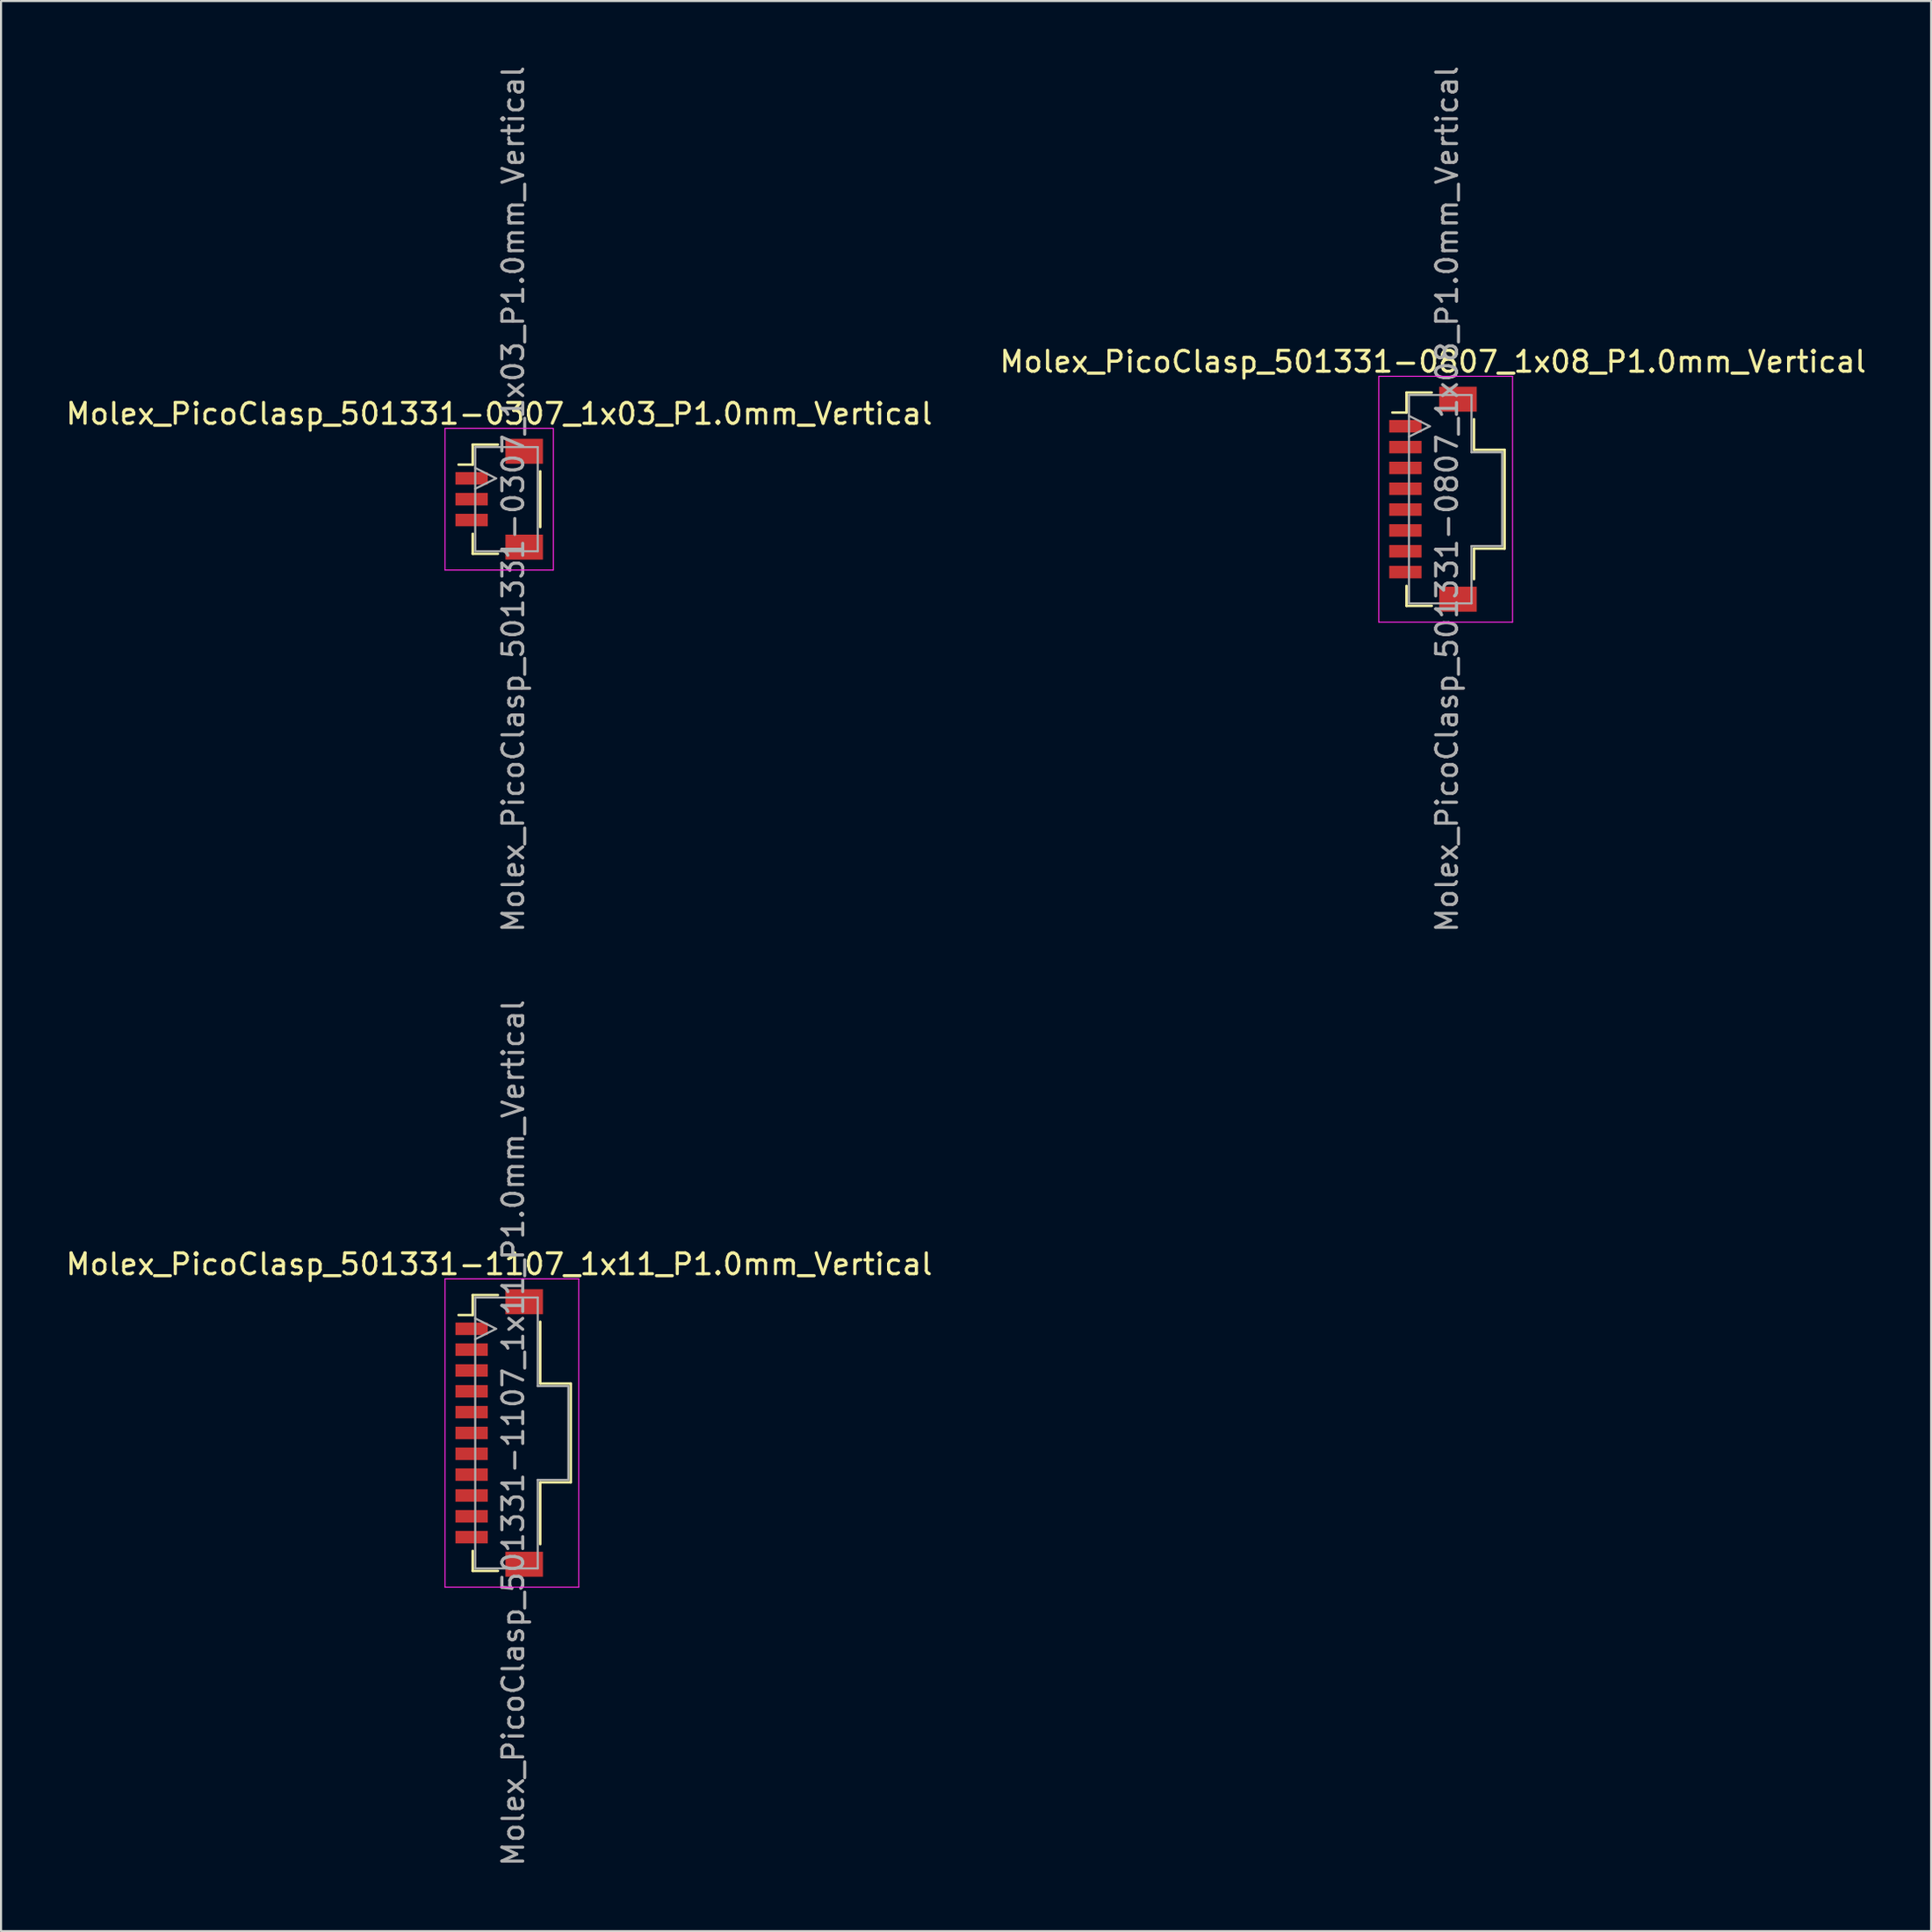
<source format=kicad_pcb>
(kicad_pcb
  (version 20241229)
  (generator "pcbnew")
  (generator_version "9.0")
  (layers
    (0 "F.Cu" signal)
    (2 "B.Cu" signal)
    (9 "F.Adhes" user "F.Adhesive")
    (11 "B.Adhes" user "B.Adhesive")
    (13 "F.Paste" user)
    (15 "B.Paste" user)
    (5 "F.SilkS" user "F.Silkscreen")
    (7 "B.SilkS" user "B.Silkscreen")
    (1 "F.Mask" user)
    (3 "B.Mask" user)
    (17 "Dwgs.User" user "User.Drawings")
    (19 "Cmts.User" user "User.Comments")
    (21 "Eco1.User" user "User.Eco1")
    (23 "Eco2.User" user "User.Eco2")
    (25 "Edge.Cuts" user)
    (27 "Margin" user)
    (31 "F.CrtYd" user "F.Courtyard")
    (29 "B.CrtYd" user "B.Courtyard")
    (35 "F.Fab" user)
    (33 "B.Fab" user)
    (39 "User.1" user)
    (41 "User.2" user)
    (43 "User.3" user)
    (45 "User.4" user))
  (footprint "Molex_PicoClasp_501331-1107_1x11_P1.0mm_Vertical"
    (layer "F.Cu")
    (at 20.911 65.732)
    (property "Reference" "Molex_PicoClasp_501331-1107_1x11_P1.0mm_Vertical" (at 0 -8.1 0) (layer "F.SilkS") (effects (font (size 1 1) (thickness 0.15))))
    (attr smd)
    (fp_line (start -1.95 -5.66) (end -1.27 -5.66) (stroke (width 0.12) (type solid)) (layer "F.SilkS"))
    (fp_line (start -1.27 -6.62) (end -0.06 -6.62) (stroke (width 0.12) (type solid)) (layer "F.SilkS"))
    (fp_line (start -1.27 -5.66) (end -1.27 -6.62) (stroke (width 0.12) (type solid)) (layer "F.SilkS"))
    (fp_line (start -1.27 5.66) (end -1.27 6.62) (stroke (width 0.12) (type solid)) (layer "F.SilkS"))
    (fp_line (start -1.27 6.62) (end -0.06 6.62) (stroke (width 0.12) (type solid)) (layer "F.SilkS"))
    (fp_line (start 1.97 -5.34) (end 1.97 -2.37) (stroke (width 0.12) (type solid)) (layer "F.SilkS"))
    (fp_line (start 1.97 -2.37) (end 3.44 -2.37) (stroke (width 0.12) (type solid)) (layer "F.SilkS"))
    (fp_line (start 1.97 2.37) (end 1.97 5.34) (stroke (width 0.12) (type solid)) (layer "F.SilkS"))
    (fp_line (start 3.44 -2.37) (end 3.44 2.37) (stroke (width 0.12) (type solid)) (layer "F.SilkS"))
    (fp_line (start 3.44 2.37) (end 1.97 2.37) (stroke (width 0.12) (type solid)) (layer "F.SilkS"))
    (fp_line (start -2.6 -7.4) (end -2.6 7.4) (stroke (width 0.05) (type solid)) (layer "F.CrtYd"))
    (fp_line (start -2.6 7.4) (end 3.82 7.4) (stroke (width 0.05) (type solid)) (layer "F.CrtYd"))
    (fp_line (start 3.82 -7.4) (end -2.6 -7.4) (stroke (width 0.05) (type solid)) (layer "F.CrtYd"))
    (fp_line (start 3.82 7.4) (end 3.82 -7.4) (stroke (width 0.05) (type solid)) (layer "F.CrtYd"))
    (fp_line (start -1.15 -6.5) (end 1.85 -6.5) (stroke (width 0.1) (type solid)) (layer "F.Fab"))
    (fp_line (start -1.15 -4.5) (end -0.15 -5) (stroke (width 0.1) (type solid)) (layer "F.Fab"))
    (fp_line (start -1.15 6.5) (end -1.15 -6.5) (stroke (width 0.1) (type solid)) (layer "F.Fab"))
    (fp_line (start -0.15 -5) (end -1.15 -5.5) (stroke (width 0.1) (type solid)) (layer "F.Fab"))
    (fp_line (start 1.85 -6.5) (end 1.85 -2.25) (stroke (width 0.1) (type solid)) (layer "F.Fab"))
    (fp_line (start 1.85 -2.25) (end 3.32 -2.25) (stroke (width 0.1) (type solid)) (layer "F.Fab"))
    (fp_line (start 1.85 2.25) (end 1.85 6.5) (stroke (width 0.1) (type solid)) (layer "F.Fab"))
    (fp_line (start 1.85 6.5) (end -1.15 6.5) (stroke (width 0.1) (type solid)) (layer "F.Fab"))
    (fp_line (start 3.32 -2.25) (end 3.32 2.25) (stroke (width 0.1) (type solid)) (layer "F.Fab"))
    (fp_line (start 3.32 2.25) (end 1.85 2.25) (stroke (width 0.1) (type solid)) (layer "F.Fab"))
    (fp_text user "${REFERENCE}" (at 0.675 0 90) (layer "F.Fab") (effects (font (size 1 1) (thickness 0.15))))
    (pad "" smd rect (at 1.2 -6.3) (size 1.8 1.2) (layers "F.Cu" "F.Mask" "F.Paste"))
    (pad "" smd rect (at 1.2 6.3) (size 1.8 1.2) (layers "F.Cu" "F.Mask" "F.Paste"))
    (pad "1" smd rect (at -1.325 -5) (size 1.55 0.6) (layers "F.Cu" "F.Mask" "F.Paste"))
    (pad "2" smd rect (at -1.325 -4) (size 1.55 0.6) (layers "F.Cu" "F.Mask" "F.Paste"))
    (pad "3" smd rect (at -1.325 -3) (size 1.55 0.6) (layers "F.Cu" "F.Mask" "F.Paste"))
    (pad "4" smd rect (at -1.325 -2) (size 1.55 0.6) (layers "F.Cu" "F.Mask" "F.Paste"))
    (pad "5" smd rect (at -1.325 -1) (size 1.55 0.6) (layers "F.Cu" "F.Mask" "F.Paste"))
    (pad "6" smd rect (at -1.325 0) (size 1.55 0.6) (layers "F.Cu" "F.Mask" "F.Paste"))
    (pad "7" smd rect (at -1.325 1) (size 1.55 0.6) (layers "F.Cu" "F.Mask" "F.Paste"))
    (pad "8" smd rect (at -1.325 2) (size 1.55 0.6) (layers "F.Cu" "F.Mask" "F.Paste"))
    (pad "9" smd rect (at -1.325 3) (size 1.55 0.6) (layers "F.Cu" "F.Mask" "F.Paste"))
    (pad "10" smd rect (at -1.325 4) (size 1.55 0.6) (layers "F.Cu" "F.Mask" "F.Paste"))
    (pad "11" smd rect (at -1.325 5) (size 1.55 0.6) (layers "F.Cu" "F.Mask" "F.Paste")))
  (footprint "Molex_PicoClasp_501331-0307_1x03_P1.0mm_Vertical"
    (layer "F.Cu")
    (at 20.911 20.911)
    (property "Reference" "Molex_PicoClasp_501331-0307_1x03_P1.0mm_Vertical" (at 0 -4.1 0) (layer "F.SilkS") (effects (font (size 1 1) (thickness 0.15))))
    (attr smd)
    (fp_line (start -1.95 -1.66) (end -1.27 -1.66) (stroke (width 0.12) (type solid)) (layer "F.SilkS"))
    (fp_line (start -1.27 -2.62) (end -0.06 -2.62) (stroke (width 0.12) (type solid)) (layer "F.SilkS"))
    (fp_line (start -1.27 -1.66) (end -1.27 -2.62) (stroke (width 0.12) (type solid)) (layer "F.SilkS"))
    (fp_line (start -1.27 1.66) (end -1.27 2.62) (stroke (width 0.12) (type solid)) (layer "F.SilkS"))
    (fp_line (start -1.27 2.62) (end -0.06 2.62) (stroke (width 0.12) (type solid)) (layer "F.SilkS"))
    (fp_line (start 1.97 -1.34) (end 1.97 1.34) (stroke (width 0.12) (type solid)) (layer "F.SilkS"))
    (fp_line (start -2.6 -3.4) (end -2.6 3.4) (stroke (width 0.05) (type solid)) (layer "F.CrtYd"))
    (fp_line (start -2.6 3.4) (end 2.6 3.4) (stroke (width 0.05) (type solid)) (layer "F.CrtYd"))
    (fp_line (start 2.6 -3.4) (end -2.6 -3.4) (stroke (width 0.05) (type solid)) (layer "F.CrtYd"))
    (fp_line (start 2.6 3.4) (end 2.6 -3.4) (stroke (width 0.05) (type solid)) (layer "F.CrtYd"))
    (fp_line (start -1.15 -2.5) (end -1.15 2.5) (stroke (width 0.1) (type solid)) (layer "F.Fab"))
    (fp_line (start -1.15 -0.5) (end -0.15 -1) (stroke (width 0.1) (type solid)) (layer "F.Fab"))
    (fp_line (start -1.15 2.5) (end 1.85 2.5) (stroke (width 0.1) (type solid)) (layer "F.Fab"))
    (fp_line (start -0.15 -1) (end -1.15 -1.5) (stroke (width 0.1) (type solid)) (layer "F.Fab"))
    (fp_line (start 1.85 -2.5) (end -1.15 -2.5) (stroke (width 0.1) (type solid)) (layer "F.Fab"))
    (fp_line (start 1.85 2.5) (end 1.85 -2.5) (stroke (width 0.1) (type solid)) (layer "F.Fab"))
    (fp_text user "${REFERENCE}" (at 0.675 0 90) (layer "F.Fab") (effects (font (size 1 1) (thickness 0.15))))
    (pad "" smd rect (at 1.2 -2.3) (size 1.8 1.2) (layers "F.Cu" "F.Mask" "F.Paste"))
    (pad "" smd rect (at 1.2 2.3) (size 1.8 1.2) (layers "F.Cu" "F.Mask" "F.Paste"))
    (pad "1" smd rect (at -1.325 -1) (size 1.55 0.6) (layers "F.Cu" "F.Mask" "F.Paste"))
    (pad "2" smd rect (at -1.325 0) (size 1.55 0.6) (layers "F.Cu" "F.Mask" "F.Paste"))
    (pad "3" smd rect (at -1.325 1) (size 1.55 0.6) (layers "F.Cu" "F.Mask" "F.Paste")))
  (footprint "Molex_PicoClasp_501331-0807_1x08_P1.0mm_Vertical"
    (layer "F.Cu")
    (at 65.732 20.911)
    (property "Reference" "Molex_PicoClasp_501331-0807_1x08_P1.0mm_Vertical" (at 0 -6.6 0) (layer "F.SilkS") (effects (font (size 1 1) (thickness 0.15))))
    (attr smd)
    (fp_line (start -1.95 -4.16) (end -1.27 -4.16) (stroke (width 0.12) (type solid)) (layer "F.SilkS"))
    (fp_line (start -1.27 -5.12) (end -0.06 -5.12) (stroke (width 0.12) (type solid)) (layer "F.SilkS"))
    (fp_line (start -1.27 -4.16) (end -1.27 -5.12) (stroke (width 0.12) (type solid)) (layer "F.SilkS"))
    (fp_line (start -1.27 4.16) (end -1.27 5.12) (stroke (width 0.12) (type solid)) (layer "F.SilkS"))
    (fp_line (start -1.27 5.12) (end -0.06 5.12) (stroke (width 0.12) (type solid)) (layer "F.SilkS"))
    (fp_line (start 1.97 -3.84) (end 1.97 -2.37) (stroke (width 0.12) (type solid)) (layer "F.SilkS"))
    (fp_line (start 1.97 -2.37) (end 3.44 -2.37) (stroke (width 0.12) (type solid)) (layer "F.SilkS"))
    (fp_line (start 1.97 2.37) (end 1.97 3.84) (stroke (width 0.12) (type solid)) (layer "F.SilkS"))
    (fp_line (start 3.44 -2.37) (end 3.44 2.37) (stroke (width 0.12) (type solid)) (layer "F.SilkS"))
    (fp_line (start 3.44 2.37) (end 1.97 2.37) (stroke (width 0.12) (type solid)) (layer "F.SilkS"))
    (fp_line (start -2.6 -5.9) (end -2.6 5.9) (stroke (width 0.05) (type solid)) (layer "F.CrtYd"))
    (fp_line (start -2.6 5.9) (end 3.82 5.9) (stroke (width 0.05) (type solid)) (layer "F.CrtYd"))
    (fp_line (start 3.82 -5.9) (end -2.6 -5.9) (stroke (width 0.05) (type solid)) (layer "F.CrtYd"))
    (fp_line (start 3.82 5.9) (end 3.82 -5.9) (stroke (width 0.05) (type solid)) (layer "F.CrtYd"))
    (fp_line (start -1.15 -5) (end 1.85 -5) (stroke (width 0.1) (type solid)) (layer "F.Fab"))
    (fp_line (start -1.15 -3) (end -0.15 -3.5) (stroke (width 0.1) (type solid)) (layer "F.Fab"))
    (fp_line (start -1.15 5) (end -1.15 -5) (stroke (width 0.1) (type solid)) (layer "F.Fab"))
    (fp_line (start -0.15 -3.5) (end -1.15 -4) (stroke (width 0.1) (type solid)) (layer "F.Fab"))
    (fp_line (start 1.85 -5) (end 1.85 -2.25) (stroke (width 0.1) (type solid)) (layer "F.Fab"))
    (fp_line (start 1.85 -2.25) (end 3.32 -2.25) (stroke (width 0.1) (type solid)) (layer "F.Fab"))
    (fp_line (start 1.85 2.25) (end 1.85 5) (stroke (width 0.1) (type solid)) (layer "F.Fab"))
    (fp_line (start 1.85 5) (end -1.15 5) (stroke (width 0.1) (type solid)) (layer "F.Fab"))
    (fp_line (start 3.32 -2.25) (end 3.32 2.25) (stroke (width 0.1) (type solid)) (layer "F.Fab"))
    (fp_line (start 3.32 2.25) (end 1.85 2.25) (stroke (width 0.1) (type solid)) (layer "F.Fab"))
    (fp_text user "${REFERENCE}" (at 0.675 0 90) (layer "F.Fab") (effects (font (size 1 1) (thickness 0.15))))
    (pad "" smd rect (at 1.2 -4.8) (size 1.8 1.2) (layers "F.Cu" "F.Mask" "F.Paste"))
    (pad "" smd rect (at 1.2 4.8) (size 1.8 1.2) (layers "F.Cu" "F.Mask" "F.Paste"))
    (pad "1" smd rect (at -1.325 -3.5) (size 1.55 0.6) (layers "F.Cu" "F.Mask" "F.Paste"))
    (pad "2" smd rect (at -1.325 -2.5) (size 1.55 0.6) (layers "F.Cu" "F.Mask" "F.Paste"))
    (pad "3" smd rect (at -1.325 -1.5) (size 1.55 0.6) (layers "F.Cu" "F.Mask" "F.Paste"))
    (pad "4" smd rect (at -1.325 -0.5) (size 1.55 0.6) (layers "F.Cu" "F.Mask" "F.Paste"))
    (pad "5" smd rect (at -1.325 0.5) (size 1.55 0.6) (layers "F.Cu" "F.Mask" "F.Paste"))
    (pad "6" smd rect (at -1.325 1.5) (size 1.55 0.6) (layers "F.Cu" "F.Mask" "F.Paste"))
    (pad "7" smd rect (at -1.325 2.5) (size 1.55 0.6) (layers "F.Cu" "F.Mask" "F.Paste"))
    (pad "8" smd rect (at -1.325 3.5) (size 1.55 0.6) (layers "F.Cu" "F.Mask" "F.Paste")))
  (gr_rect
    (start -3 -3)
    (end 89.643 89.643)
    (stroke (width 0.1) (type default))
    (fill no)
    (layer "Edge.Cuts")))
</source>
